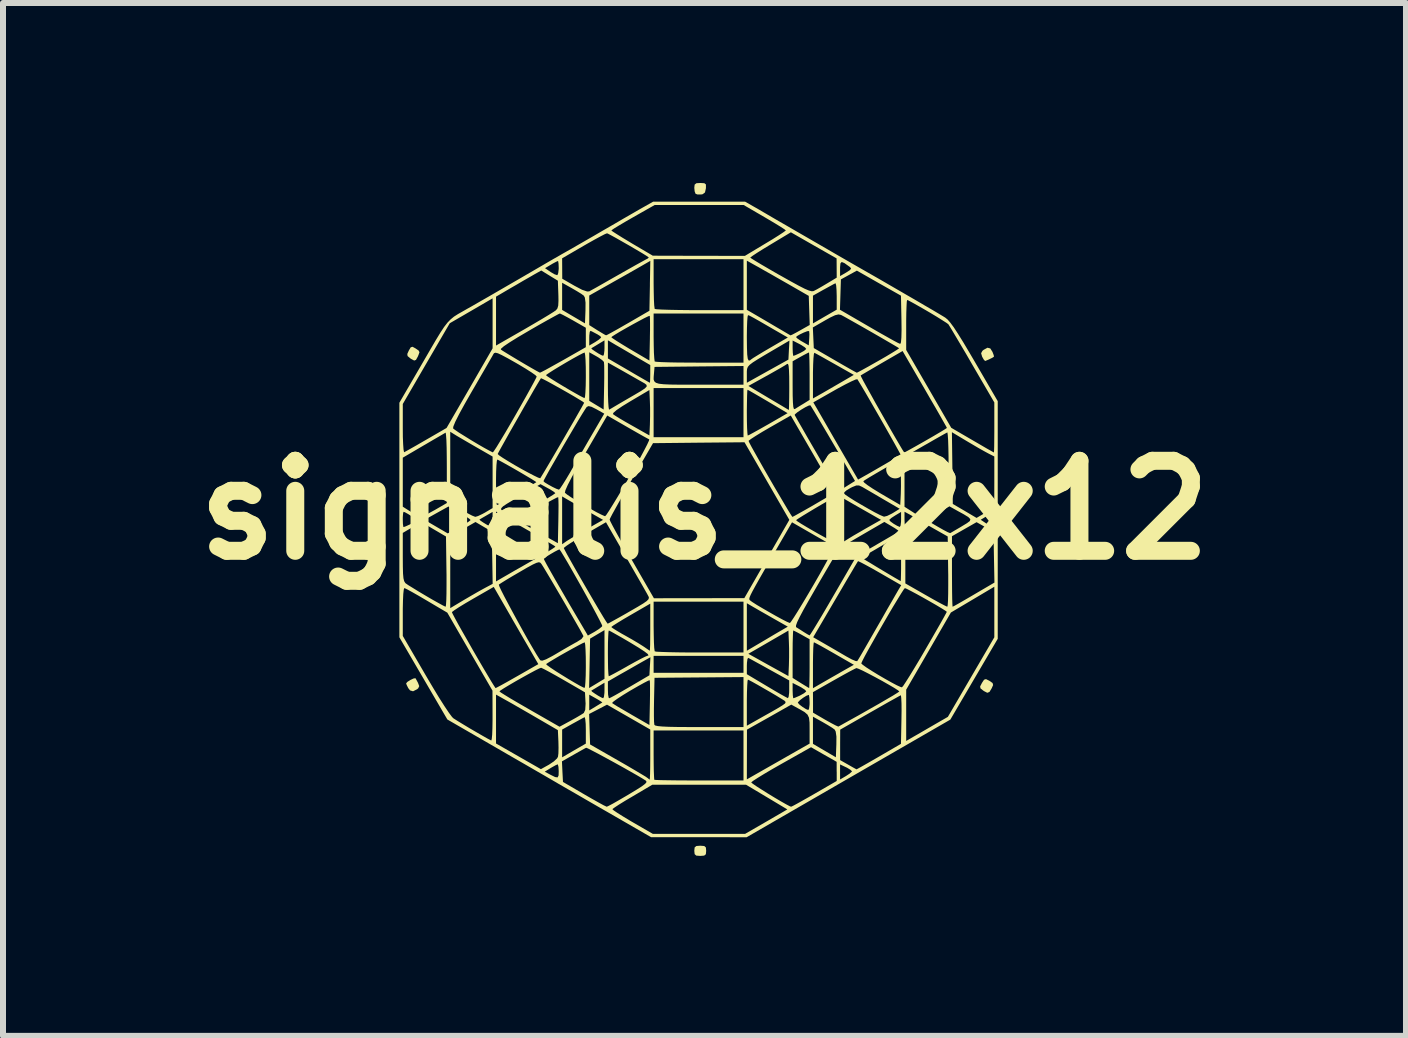
<source format=kicad_pcb>
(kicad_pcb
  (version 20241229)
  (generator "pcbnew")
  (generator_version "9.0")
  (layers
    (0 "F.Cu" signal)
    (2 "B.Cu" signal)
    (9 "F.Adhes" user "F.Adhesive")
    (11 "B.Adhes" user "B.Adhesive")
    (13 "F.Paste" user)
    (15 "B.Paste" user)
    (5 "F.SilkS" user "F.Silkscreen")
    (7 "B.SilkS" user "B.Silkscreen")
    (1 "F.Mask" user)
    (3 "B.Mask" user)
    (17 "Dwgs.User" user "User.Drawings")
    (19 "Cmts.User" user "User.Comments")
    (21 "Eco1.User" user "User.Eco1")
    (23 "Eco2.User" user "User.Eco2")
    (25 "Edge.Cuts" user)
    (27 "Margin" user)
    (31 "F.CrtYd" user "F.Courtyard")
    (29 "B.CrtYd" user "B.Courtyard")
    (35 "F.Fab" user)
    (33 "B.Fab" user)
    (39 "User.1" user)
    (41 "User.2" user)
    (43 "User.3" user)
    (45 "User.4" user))
  (footprint "signalis_12x12"
    (layer "F.Cu")
    (at 8.693 5.453)
    (property "Reference" "signalis_12x12" (at 0 0 0) (layer "F.SilkS") (effects (font (size 1.5 1.5) (thickness 0.3))))
    (attr board_only exclude_from_pos_files exclude_from_bom)
    (fp_poly (pts (xy -0.004 5.599) (xy 0.023 5.623) (xy 0.028 5.679) (xy 0.023 5.736) (xy -0.005 5.759) (xy -0.071 5.764) (xy -0.137 5.759) (xy -0.164 5.735) (xy -0.17 5.679) (xy -0.164 5.622) (xy -0.136 5.599) (xy -0.071 5.594)) (stroke (width 0) (type solid)) (fill yes) (layer "F.SilkS"))
    (fp_poly (pts (xy -0.002 -5.449) (xy 0.024 -5.428) (xy 0.024 -5.372) (xy 0.023 -5.361) (xy 0.008 -5.295) (xy -0.03 -5.266) (xy -0.058 -5.261) (xy -0.119 -5.262) (xy -0.149 -5.273) (xy -0.164 -5.313) (xy -0.17 -5.373) (xy -0.164 -5.426) (xy -0.135 -5.449) (xy -0.069 -5.453)) (stroke (width 0) (type solid)) (fill yes) (layer "F.SilkS"))
    (fp_poly (pts (xy 4.764 -2.695) (xy 4.8 -2.638) (xy 4.821 -2.583) (xy 4.825 -2.557) (xy 4.789 -2.535) (xy 4.733 -2.508) (xy 4.687 -2.489) (xy 4.677 -2.486) (xy 4.655 -2.509) (xy 4.628 -2.557) (xy 4.611 -2.615) (xy 4.632 -2.654) (xy 4.65 -2.67) (xy 4.717 -2.707)) (stroke (width 0) (type solid)) (fill yes) (layer "F.SilkS"))
    (fp_poly (pts (xy -4.819 -2.697) (xy -4.816 -2.695) (xy -4.765 -2.66) (xy -4.751 -2.632) (xy -4.767 -2.586) (xy -4.779 -2.558) (xy -4.809 -2.504) (xy -4.839 -2.493) (xy -4.891 -2.521) (xy -4.908 -2.533) (xy -4.949 -2.568) (xy -4.954 -2.603) (xy -4.929 -2.659) (xy -4.897 -2.713) (xy -4.867 -2.723)) (stroke (width 0) (type solid)) (fill yes) (layer "F.SilkS"))
    (fp_poly (pts (xy -4.817 2.803) (xy -4.801 2.831) (xy -4.775 2.88) (xy -4.755 2.934) (xy -4.772 2.97) (xy -4.791 2.986) (xy -4.858 3.02) (xy -4.908 3.005) (xy -4.938 2.967) (xy -4.965 2.913) (xy -4.973 2.887) (xy -4.951 2.862) (xy -4.903 2.832) (xy -4.851 2.807) (xy -4.819 2.802)) (stroke (width 0) (type solid)) (fill yes) (layer "F.SilkS"))
    (fp_poly (pts (xy 4.745 2.843) (xy 4.75 2.846) (xy 4.802 2.882) (xy 4.811 2.916) (xy 4.786 2.972) (xy 4.75 3.031) (xy 4.714 3.045) (xy 4.659 3.017) (xy 4.641 3.004) (xy 4.6 2.971) (xy 4.595 2.938) (xy 4.624 2.882) (xy 4.625 2.88) (xy 4.66 2.827) (xy 4.692 2.817)) (stroke (width 0) (type solid)) (fill yes) (layer "F.SilkS"))
    (fp_poly (pts (xy 0.825 -5.057) (xy 0.913 -5.007) (xy 0.984 -4.965) (xy 1.017 -4.946) (xy 1.051 -4.926) (xy 1.126 -4.882) (xy 1.236 -4.818) (xy 1.372 -4.74) (xy 1.527 -4.65) (xy 1.695 -4.553) (xy 1.866 -4.454) (xy 2.036 -4.356) (xy 2.194 -4.264) (xy 2.335 -4.183) (xy 2.451 -4.116) (xy 2.535 -4.068) (xy 2.54 -4.065) (xy 2.725 -3.959) (xy 2.921 -3.847) (xy 3.119 -3.732) (xy 3.314 -3.619) (xy 3.499 -3.512) (xy 3.666 -3.414) (xy 3.809 -3.331) (xy 3.92 -3.265) (xy 3.993 -3.221) (xy 4.014 -3.208) (xy 4.053 -3.176) (xy 4.098 -3.124) (xy 4.155 -3.047) (xy 4.225 -2.94) (xy 4.314 -2.797) (xy 4.424 -2.612) (xy 4.502 -2.479) (xy 4.888 -1.816) (xy 4.888 0.164) (xy 4.888 2.145) (xy 4.493 2.818) (xy 4.098 3.492) (xy 2.4 4.472) (xy 0.702 5.453) (xy -0.094 5.452) (xy -0.89 5.452) (xy -1.625 5.028) (xy -1.7 4.985) (xy -1.535 4.985) (xy -1.514 5.005) (xy -1.452 5.047) (xy -1.358 5.106) (xy -1.242 5.176) (xy -1.201 5.2) (xy -0.862 5.396) (xy -0.092 5.396) (xy 0.678 5.396) (xy 1.03 5.193) (xy 1.381 4.989) (xy 1.037 4.783) (xy 0.692 4.577) (xy -0.088 4.577) (xy -0.869 4.577) (xy -1.199 4.772) (xy -1.321 4.844) (xy -1.423 4.907) (xy -1.496 4.955) (xy -1.533 4.982) (xy -1.535 4.985) (xy -1.7 4.985) (xy -1.813 4.92) (xy -1.988 4.819) (xy -2.143 4.729) (xy -2.272 4.655) (xy -2.367 4.6) (xy -2.422 4.568) (xy -2.43 4.564) (xy -2.47 4.54) (xy -2.553 4.492) (xy -2.673 4.422) (xy -2.781 4.36) (xy -2.663 4.36) (xy -2.568 4.411) (xy -2.489 4.45) (xy -2.448 4.455) (xy -2.432 4.422) (xy -2.43 4.351) (xy -2.434 4.28) (xy -2.444 4.241) (xy -2.448 4.238) (xy -2.481 4.252) (xy -2.542 4.286) (xy -2.564 4.299) (xy -2.663 4.36) (xy -2.781 4.36) (xy -2.824 4.335) (xy -3 4.233) (xy -3.195 4.121) (xy -3.393 4.006) (xy -4.286 3.49) (xy -4.686 2.805) (xy -5.086 2.12) (xy -5.086 1.698) (xy -5.029 1.698) (xy -5.029 2.097) (xy -4.643 2.76) (xy -4.529 2.953) (xy -4.425 3.125) (xy -4.334 3.268) (xy -4.261 3.377) (xy -4.208 3.448) (xy -4.186 3.47) (xy -4.115 3.515) (xy -4.02 3.573) (xy -3.912 3.638) (xy -3.8 3.703) (xy -3.698 3.762) (xy -3.615 3.809) (xy -3.564 3.836) (xy -3.553 3.84) (xy -3.546 3.814) (xy -3.539 3.742) (xy -3.535 3.632) (xy -3.533 3.496) (xy -3.533 3.482) (xy -3.475 3.482) (xy -3.475 3.89) (xy -3.101 4.104) (xy -2.727 4.318) (xy -2.592 4.243) (xy -2.513 4.19) (xy -2.51 4.188) (xy -2.376 4.188) (xy -2.368 4.359) (xy -2.359 4.531) (xy -2.006 4.737) (xy -1.879 4.81) (xy -1.769 4.872) (xy -1.685 4.918) (xy -1.637 4.941) (xy -1.629 4.944) (xy -1.598 4.93) (xy -1.528 4.893) (xy -1.428 4.836) (xy -1.308 4.766) (xy -1.269 4.743) (xy -1.135 4.662) (xy -1.044 4.604) (xy -0.99 4.563) (xy -0.97 4.539) (xy 0.779 4.539) (xy 0.803 4.56) (xy 0.864 4.602) (xy 0.953 4.659) (xy 1.058 4.725) (xy 1.168 4.792) (xy 1.273 4.854) (xy 1.361 4.904) (xy 1.422 4.936) (xy 1.444 4.944) (xy 1.473 4.931) (xy 1.542 4.894) (xy 1.642 4.838) (xy 1.764 4.769) (xy 1.832 4.73) (xy 2.204 4.515) (xy 2.204 4.365) (xy 2.26 4.365) (xy 2.26 4.49) (xy 2.359 4.432) (xy 2.421 4.391) (xy 2.456 4.359) (xy 2.458 4.353) (xy 2.435 4.33) (xy 2.378 4.295) (xy 2.359 4.286) (xy 2.26 4.239) (xy 2.26 4.365) (xy 2.204 4.365) (xy 2.203 4.355) (xy 2.203 4.196) (xy 2.154 4.167) (xy 2.261 4.167) (xy 2.395 4.243) (xy 2.47 4.286) (xy 2.521 4.314) (xy 2.534 4.321) (xy 2.559 4.308) (xy 2.624 4.272) (xy 2.721 4.217) (xy 2.841 4.148) (xy 2.907 4.11) (xy 3.275 3.896) (xy 3.283 3.488) (xy 3.285 3.344) (xy 3.284 3.223) (xy 3.28 3.136) (xy 3.275 3.091) (xy 3.271 3.087) (xy 3.242 3.102) (xy 3.171 3.142) (xy 3.066 3.2) (xy 2.936 3.274) (xy 2.787 3.359) (xy 2.757 3.376) (xy 2.262 3.659) (xy 2.261 3.913) (xy 2.261 4.167) (xy 2.154 4.167) (xy 1.989 4.074) (xy 1.776 3.952) (xy 1.276 4.234) (xy 1.125 4.32) (xy 0.993 4.398) (xy 0.887 4.463) (xy 0.813 4.511) (xy 0.78 4.537) (xy 0.779 4.539) (xy -0.97 4.539) (xy -0.968 4.536) (xy -0.97 4.517) (xy -0.981 4.507) (xy -1.04 4.47) (xy -1.132 4.416) (xy -1.248 4.35) (xy -1.379 4.276) (xy -1.516 4.2) (xy -1.65 4.127) (xy -1.772 4.061) (xy -1.872 4.009) (xy -1.942 3.973) (xy -1.973 3.961) (xy -1.973 3.961) (xy -2.005 3.978) (xy -2.073 4.016) (xy -2.163 4.067) (xy -2.184 4.079) (xy -2.376 4.188) (xy -2.51 4.188) (xy -2.457 4.138) (xy -2.442 4.11) (xy -2.435 4.054) (xy -2.433 3.961) (xy -2.435 3.86) (xy -2.444 3.667) (xy -2.46 3.658) (xy -2.373 3.658) (xy -2.373 3.889) (xy -2.373 4.121) (xy -2.176 4.006) (xy -1.978 3.892) (xy -1.978 3.667) (xy -1.98 3.564) (xy -1.987 3.488) (xy -1.996 3.453) (xy -1.999 3.452) (xy -2.033 3.469) (xy -2.102 3.507) (xy -2.191 3.556) (xy -2.197 3.559) (xy -2.373 3.658) (xy -2.46 3.658) (xy -2.783 3.47) (xy -2.926 3.387) (xy -3.069 3.305) (xy -3.197 3.231) (xy -3.293 3.177) (xy -3.299 3.174) (xy -3.475 3.075) (xy -3.475 3.482) (xy -3.533 3.482) (xy -3.533 3.426) (xy -3.534 3.021) (xy -3.418 3.021) (xy -3.395 3.04) (xy -3.33 3.081) (xy -3.23 3.142) (xy -3.102 3.217) (xy -2.955 3.302) (xy -2.917 3.324) (xy -2.416 3.611) (xy -2.232 3.511) (xy -2.137 3.458) (xy -2.059 3.412) (xy -2.037 3.398) (xy -1.923 3.398) (xy -1.915 3.652) (xy -1.907 3.906) (xy -1.441 4.173) (xy -1.293 4.258) (xy -1.162 4.335) (xy -1.056 4.398) (xy -0.981 4.443) (xy -0.948 4.466) (xy -0.948 4.466) (xy -0.918 4.49) (xy -0.913 4.492) (xy -0.91 4.466) (xy -0.907 4.392) (xy -0.905 4.282) (xy -0.904 4.145) (xy -0.904 4.078) (xy -0.848 4.078) (xy -0.847 4.223) (xy -0.845 4.347) (xy -0.841 4.439) (xy -0.838 4.489) (xy -0.836 4.495) (xy -0.806 4.498) (xy -0.726 4.501) (xy -0.606 4.503) (xy -0.451 4.505) (xy -0.271 4.506) (xy -0.087 4.506) (xy 0.65 4.506) (xy 0.65 4.488) (xy 0.706 4.488) (xy 1.229 4.19) (xy 1.752 3.892) (xy 1.752 3.67) (xy 1.808 3.67) (xy 1.808 3.896) (xy 1.999 4.008) (xy 2.19 4.12) (xy 2.198 3.906) (xy 2.199 3.774) (xy 2.187 3.691) (xy 2.17 3.658) (xy 2.127 3.627) (xy 2.052 3.581) (xy 1.971 3.534) (xy 1.808 3.443) (xy 1.808 3.67) (xy 1.752 3.67) (xy 1.752 3.659) (xy 1.751 3.539) (xy 1.742 3.461) (xy 1.717 3.409) (xy 1.668 3.366) (xy 1.587 3.319) (xy 1.564 3.307) (xy 1.447 3.242) (xy 1.078 3.451) (xy 0.708 3.659) (xy 0.707 4.073) (xy 0.706 4.488) (xy 0.65 4.488) (xy 0.65 4.09) (xy 0.65 3.673) (xy -0.099 3.673) (xy -0.848 3.673) (xy -0.848 4.078) (xy -0.904 4.078) (xy -0.904 4.074) (xy -0.904 3.657) (xy -1.264 3.45) (xy -1.625 3.243) (xy -1.774 3.321) (xy -1.923 3.398) (xy -2.037 3.398) (xy -2.014 3.383) (xy -2.012 3.382) (xy -1.988 3.33) (xy -1.982 3.226) (xy -1.983 3.207) (xy -1.921 3.207) (xy -1.921 3.339) (xy -1.815 3.275) (xy -1.75 3.235) (xy -1.715 3.214) (xy -1.54 3.214) (xy -1.54 3.216) (xy -1.51 3.236) (xy -1.441 3.279) (xy -1.343 3.336) (xy -1.226 3.404) (xy -1.22 3.408) (xy -0.918 3.582) (xy -0.912 3.311) (xy -0.843 3.311) (xy -0.843 3.434) (xy -0.841 3.526) (xy -0.836 3.576) (xy -0.835 3.58) (xy -0.819 3.591) (xy -0.777 3.6) (xy -0.704 3.607) (xy -0.595 3.612) (xy -0.443 3.615) (xy -0.244 3.616) (xy -0.086 3.616) (xy 0.65 3.616) (xy 0.65 3.209) (xy 0.706 3.209) (xy 0.706 3.594) (xy 0.869 3.502) (xy 0.984 3.437) (xy 1.116 3.363) (xy 1.207 3.311) (xy 1.296 3.257) (xy 1.343 3.223) (xy 1.348 3.211) (xy 1.556 3.211) (xy 1.582 3.241) (xy 1.636 3.282) (xy 1.694 3.318) (xy 1.731 3.332) (xy 1.743 3.308) (xy 1.751 3.245) (xy 1.752 3.207) (xy 1.749 3.131) (xy 1.742 3.085) (xy 1.738 3.08) (xy 1.699 3.094) (xy 1.643 3.129) (xy 1.589 3.17) (xy 1.558 3.203) (xy 1.556 3.211) (xy 1.348 3.211) (xy 1.353 3.199) (xy 1.335 3.178) (xy 1.334 3.177) (xy 1.279 3.143) (xy 1.196 3.092) (xy 1.094 3.032) (xy 0.986 2.97) (xy 0.884 2.911) (xy 0.798 2.863) (xy 0.741 2.833) (xy 0.723 2.825) (xy 0.717 2.852) (xy 0.712 2.925) (xy 0.708 3.033) (xy 0.706 3.168) (xy 0.706 3.209) (xy 0.65 3.209) (xy 0.65 3.2) (xy 0.65 2.783) (xy -0.092 2.789) (xy -0.833 2.795) (xy -0.841 3.169) (xy -0.843 3.311) (xy -0.912 3.311) (xy -0.91 3.214) (xy -0.908 3.076) (xy -0.908 2.96) (xy -0.909 2.876) (xy -0.913 2.837) (xy -0.913 2.835) (xy -0.94 2.844) (xy -1.006 2.878) (xy -1.102 2.931) (xy -1.218 2.998) (xy -1.241 3.011) (xy -1.357 3.082) (xy -1.451 3.143) (xy -1.515 3.189) (xy -1.54 3.214) (xy -1.715 3.214) (xy -1.708 3.21) (xy -1.703 3.207) (xy -1.721 3.192) (xy -1.774 3.159) (xy -1.809 3.139) (xy -1.921 3.076) (xy -1.921 3.207) (xy -1.983 3.207) (xy -1.984 3.195) (xy -1.992 3.038) (xy -2.039 3.01) (xy -1.887 3.01) (xy -1.873 3.027) (xy -1.827 3.059) (xy -1.769 3.096) (xy -1.716 3.125) (xy -1.688 3.136) (xy -1.676 3.111) (xy -1.668 3.047) (xy -1.667 3.007) (xy -1.667 2.877) (xy -1.773 2.941) (xy -1.839 2.981) (xy -1.881 3.006) (xy -1.887 3.01) (xy -2.039 3.01) (xy -2.115 2.966) (xy -1.923 2.966) (xy -1.795 2.889) (xy -1.741 2.856) (xy -1.61 2.856) (xy -1.61 2.996) (xy -1.607 3.076) (xy -1.597 3.127) (xy -1.589 3.136) (xy -1.558 3.122) (xy -1.489 3.085) (xy -1.39 3.029) (xy -1.271 2.96) (xy -1.243 2.944) (xy -0.918 2.753) (xy -0.91 2.602) (xy -0.908 2.571) (xy -0.848 2.571) (xy -0.848 2.712) (xy -0.099 2.712) (xy 0.65 2.712) (xy 0.65 2.594) (xy 0.706 2.594) (xy 0.706 2.735) (xy 1.038 2.933) (xy 1.161 3.006) (xy 1.266 3.067) (xy 1.345 3.111) (xy 1.387 3.133) (xy 1.391 3.134) (xy 1.403 3.11) (xy 1.411 3.045) (xy 1.412 3.008) (xy 1.469 3.008) (xy 1.472 3.084) (xy 1.478 3.13) (xy 1.482 3.136) (xy 1.514 3.125) (xy 1.576 3.098) (xy 1.595 3.089) (xy 1.659 3.053) (xy 1.682 3.034) (xy 1.808 3.034) (xy 1.809 3.205) (xy 1.809 3.376) (xy 2.013 3.495) (xy 2.108 3.548) (xy 2.184 3.588) (xy 2.227 3.607) (xy 2.232 3.608) (xy 2.26 3.593) (xy 2.329 3.554) (xy 2.433 3.496) (xy 2.563 3.424) (xy 2.711 3.34) (xy 2.746 3.32) (xy 2.898 3.234) (xy 3.03 3.157) (xy 3.138 3.094) (xy 3.212 3.048) (xy 3.246 3.025) (xy 3.247 3.023) (xy 3.224 3.002) (xy 3.209 2.993) (xy 3.362 2.993) (xy 3.362 3.42) (xy 3.362 3.848) (xy 3.482 3.778) (xy 3.563 3.732) (xy 3.673 3.668) (xy 3.792 3.599) (xy 3.83 3.577) (xy 4.057 3.446) (xy 4.444 2.783) (xy 4.831 2.12) (xy 4.831 1.699) (xy 4.831 1.277) (xy 4.469 1.492) (xy 4.107 1.707) (xy 3.735 2.35) (xy 3.362 2.993) (xy 3.209 2.993) (xy 3.161 2.962) (xy 3.07 2.909) (xy 2.961 2.847) (xy 2.845 2.784) (xy 2.733 2.725) (xy 2.637 2.676) (xy 2.566 2.644) (xy 2.532 2.633) (xy 2.532 2.633) (xy 2.496 2.65) (xy 2.421 2.689) (xy 2.317 2.746) (xy 2.194 2.815) (xy 2.153 2.838) (xy 1.808 3.034) (xy 1.682 3.034) (xy 1.693 3.024) (xy 1.695 3.018) (xy 1.672 2.993) (xy 1.615 2.956) (xy 1.582 2.938) (xy 1.469 2.881) (xy 1.469 3.008) (xy 1.412 3.008) (xy 1.412 2.988) (xy 1.412 2.839) (xy 1.081 2.656) (xy 0.957 2.587) (xy 0.851 2.529) (xy 0.773 2.486) (xy 0.731 2.464) (xy 0.728 2.463) (xy 0.716 2.482) (xy 0.708 2.543) (xy 0.706 2.594) (xy 0.65 2.594) (xy 0.65 2.571) (xy 0.65 2.43) (xy -0.099 2.43) (xy -0.848 2.43) (xy -0.848 2.571) (xy -0.908 2.571) (xy -0.901 2.452) (xy -1.065 2.544) (xy -1.177 2.608) (xy -1.308 2.683) (xy -1.42 2.746) (xy -1.61 2.856) (xy -1.741 2.856) (xy -1.667 2.812) (xy -1.667 2.406) (xy -1.667 2.387) (xy -1.61 2.387) (xy -1.609 2.527) (xy -1.607 2.643) (xy -1.602 2.727) (xy -1.597 2.767) (xy -1.595 2.769) (xy -1.566 2.756) (xy -1.498 2.72) (xy -1.401 2.667) (xy -1.285 2.602) (xy -1.281 2.599) (xy -1.164 2.534) (xy -1.063 2.48) (xy -0.991 2.444) (xy -0.957 2.43) (xy -0.957 2.43) (xy -0.933 2.422) (xy -0.946 2.398) (xy -0.95 2.395) (xy 0.731 2.395) (xy 1.065 2.581) (xy 1.399 2.766) (xy 1.407 2.585) (xy 1.41 2.455) (xy 1.41 2.402) (xy 1.469 2.402) (xy 1.469 2.797) (xy 1.603 2.881) (xy 1.678 2.927) (xy 1.729 2.958) (xy 1.745 2.966) (xy 1.747 2.94) (xy 1.749 2.867) (xy 1.751 2.757) (xy 1.752 2.621) (xy 1.752 2.586) (xy 1.808 2.586) (xy 1.808 2.969) (xy 1.928 2.899) (xy 2.01 2.852) (xy 2.121 2.788) (xy 2.239 2.721) (xy 2.269 2.703) (xy 2.49 2.578) (xy 2.449 2.555) (xy 2.613 2.555) (xy 2.637 2.578) (xy 2.698 2.622) (xy 2.788 2.68) (xy 2.894 2.745) (xy 3.007 2.811) (xy 3.114 2.871) (xy 3.204 2.919) (xy 3.268 2.948) (xy 3.291 2.954) (xy 3.313 2.929) (xy 3.358 2.861) (xy 3.423 2.758) (xy 3.504 2.625) (xy 3.597 2.47) (xy 3.679 2.329) (xy 3.777 2.16) (xy 3.865 2.007) (xy 3.939 1.878) (xy 3.995 1.778) (xy 4.029 1.715) (xy 4.039 1.695) (xy 4.016 1.677) (xy 3.954 1.638) (xy 3.864 1.584) (xy 3.756 1.522) (xy 3.643 1.458) (xy 3.533 1.397) (xy 3.439 1.347) (xy 3.371 1.312) (xy 3.34 1.3) (xy 3.321 1.323) (xy 3.279 1.388) (xy 3.219 1.486) (xy 3.144 1.609) (xy 3.061 1.75) (xy 2.974 1.9) (xy 2.886 2.052) (xy 2.804 2.197) (xy 2.73 2.328) (xy 2.671 2.436) (xy 2.631 2.514) (xy 2.614 2.553) (xy 2.613 2.555) (xy 2.449 2.555) (xy 2.164 2.391) (xy 2.043 2.322) (xy 1.94 2.264) (xy 1.864 2.223) (xy 1.826 2.204) (xy 1.823 2.204) (xy 1.818 2.23) (xy 1.813 2.303) (xy 1.81 2.412) (xy 1.808 2.546) (xy 1.808 2.586) (xy 1.752 2.586) (xy 1.752 2.559) (xy 1.752 2.152) (xy 1.692 2.119) (xy 1.812 2.119) (xy 2.015 2.236) (xy 2.136 2.306) (xy 2.263 2.38) (xy 2.369 2.442) (xy 2.373 2.444) (xy 2.456 2.489) (xy 2.518 2.515) (xy 2.545 2.518) (xy 2.564 2.489) (xy 2.606 2.419) (xy 2.667 2.314) (xy 2.743 2.182) (xy 2.83 2.03) (xy 2.868 1.964) (xy 2.962 1.801) (xy 3.048 1.649) (xy 3.124 1.518) (xy 3.183 1.415) (xy 3.22 1.351) (xy 3.227 1.339) (xy 3.279 1.251) (xy 2.923 1.046) (xy 2.797 0.974) (xy 2.689 0.915) (xy 2.609 0.873) (xy 2.564 0.852) (xy 2.559 0.851) (xy 2.542 0.878) (xy 2.501 0.946) (xy 2.44 1.05) (xy 2.361 1.183) (xy 2.27 1.339) (xy 2.181 1.49) (xy 1.812 2.119) (xy 1.692 2.119) (xy 1.621 2.079) (xy 1.546 2.038) (xy 1.494 2.012) (xy 1.48 2.006) (xy 1.476 2.033) (xy 1.473 2.106) (xy 1.47 2.215) (xy 1.469 2.35) (xy 1.469 2.402) (xy 1.41 2.402) (xy 1.41 2.306) (xy 1.407 2.206) (xy 1.399 2.008) (xy 1.065 2.202) (xy 0.731 2.395) (xy -0.95 2.395) (xy -1.001 2.356) (xy -1.099 2.292) (xy -1.244 2.204) (xy -1.256 2.197) (xy -1.377 2.126) (xy -1.48 2.068) (xy -1.555 2.026) (xy -1.593 2.007) (xy -1.595 2.006) (xy -1.601 2.033) (xy -1.605 2.105) (xy -1.609 2.214) (xy -1.61 2.348) (xy -1.61 2.387) (xy -1.667 2.387) (xy -1.667 2) (xy -1.787 2.071) (xy -1.907 2.142) (xy -1.915 2.554) (xy -1.923 2.966) (xy -2.115 2.966) (xy -2.345 2.833) (xy -2.473 2.76) (xy -2.583 2.699) (xy -2.668 2.654) (xy -2.717 2.63) (xy -2.725 2.628) (xy -2.758 2.641) (xy -2.828 2.676) (xy -2.923 2.727) (xy -3.033 2.788) (xy -3.146 2.852) (xy -3.252 2.914) (xy -3.34 2.967) (xy -3.399 3.005) (xy -3.418 3.021) (xy -3.534 3.021) (xy -3.534 3.009) (xy -3.911 2.359) (xy -4.287 1.709) (xy -4.299 1.702) (xy -4.21 1.702) (xy -4.196 1.733) (xy -4.159 1.803) (xy -4.103 1.906) (xy -4.032 2.032) (xy -3.95 2.175) (xy -3.864 2.327) (xy -3.776 2.479) (xy -3.692 2.623) (xy -3.616 2.751) (xy -3.553 2.857) (xy -3.507 2.931) (xy -3.484 2.965) (xy -3.482 2.967) (xy -3.454 2.953) (xy -3.386 2.917) (xy -3.287 2.862) (xy -3.167 2.794) (xy -3.119 2.767) (xy -2.771 2.568) (xy -2.64 2.568) (xy -2.621 2.587) (xy -2.564 2.628) (xy -2.48 2.684) (xy -2.378 2.748) (xy -2.271 2.814) (xy -2.168 2.875) (xy -2.081 2.925) (xy -2.02 2.956) (xy -1.999 2.964) (xy -1.991 2.938) (xy -1.985 2.867) (xy -1.98 2.759) (xy -1.978 2.625) (xy -1.978 2.585) (xy -1.979 2.446) (xy -1.983 2.329) (xy -1.988 2.246) (xy -1.995 2.206) (xy -1.996 2.204) (xy -2.029 2.217) (xy -2.098 2.253) (xy -2.192 2.304) (xy -2.3 2.364) (xy -2.41 2.426) (xy -2.51 2.485) (xy -2.588 2.532) (xy -2.634 2.562) (xy -2.64 2.568) (xy -2.771 2.568) (xy -2.77 2.567) (xy -2.847 2.434) (xy -2.885 2.368) (xy -2.945 2.264) (xy -3.023 2.13) (xy -3.111 1.977) (xy -3.205 1.815) (xy -3.218 1.791) (xy -3.513 1.28) (xy -3.861 1.48) (xy -3.986 1.553) (xy -4.091 1.617) (xy -4.167 1.667) (xy -4.207 1.697) (xy -4.21 1.702) (xy -4.299 1.702) (xy -4.415 1.634) (xy -4.238 1.634) (xy -4.007 1.496) (xy -3.889 1.427) (xy -3.773 1.36) (xy -3.679 1.308) (xy -3.653 1.294) (xy -3.555 1.242) (xy -3.428 1.242) (xy -3.42 1.27) (xy -3.388 1.339) (xy -3.336 1.441) (xy -3.269 1.567) (xy -3.192 1.711) (xy -3.109 1.863) (xy -3.024 2.017) (xy -2.942 2.163) (xy -2.866 2.294) (xy -2.803 2.401) (xy -2.755 2.477) (xy -2.736 2.504) (xy -2.705 2.51) (xy -2.64 2.487) (xy -2.537 2.433) (xy -2.48 2.4) (xy -2.362 2.33) (xy -2.247 2.264) (xy -2.153 2.211) (xy -2.128 2.198) (xy -2.05 2.148) (xy -2.019 2.106) (xy -2.02 2.095) (xy -2.039 2.059) (xy -2.081 1.982) (xy -2.143 1.874) (xy -2.218 1.744) (xy -2.302 1.598) (xy -2.39 1.447) (xy -2.477 1.299) (xy -2.558 1.161) (xy -2.628 1.044) (xy -2.682 0.954) (xy -2.715 0.902) (xy -2.72 0.895) (xy -2.738 0.875) (xy -2.762 0.869) (xy -2.801 0.879) (xy -2.864 0.908) (xy -2.959 0.96) (xy -3.081 1.031) (xy -3.203 1.102) (xy -3.308 1.165) (xy -3.385 1.213) (xy -3.426 1.24) (xy -3.428 1.242) (xy -3.555 1.242) (xy -3.531 1.229) (xy -3.538 0.793) (xy -3.538 0.793) (xy -3.475 0.793) (xy -3.475 1.189) (xy -3.355 1.119) (xy -3.273 1.072) (xy -3.163 1.008) (xy -3.044 0.941) (xy -3.013 0.923) (xy -2.81 0.807) (xy -2.68 0.807) (xy -2.669 0.834) (xy -2.632 0.904) (xy -2.57 1.015) (xy -2.487 1.161) (xy -2.384 1.339) (xy -2.265 1.545) (xy -2.131 1.773) (xy -2.006 1.985) (xy -1.944 2.091) (xy -1.83 2.027) (xy -1.759 1.982) (xy -1.719 1.949) (xy -1.553 1.949) (xy -1.53 1.968) (xy -1.468 2.007) (xy -1.379 2.06) (xy -1.323 2.091) (xy -1.21 2.155) (xy -1.105 2.217) (xy -1.026 2.267) (xy -1.006 2.28) (xy -0.948 2.32) (xy -0.914 2.342) (xy -0.911 2.344) (xy -0.909 2.318) (xy -0.906 2.245) (xy -0.905 2.136) (xy -0.904 2.001) (xy -0.904 1.952) (xy -0.904 1.931) (xy -0.848 1.931) (xy -0.846 2.077) (xy -0.843 2.202) (xy -0.838 2.296) (xy -0.831 2.348) (xy -0.829 2.354) (xy -0.797 2.36) (xy -0.715 2.364) (xy -0.593 2.368) (xy -0.438 2.371) (xy -0.256 2.373) (xy -0.08 2.373) (xy 0.65 2.373) (xy 0.65 1.949) (xy 0.65 1.948) (xy 0.706 1.948) (xy 0.706 2.344) (xy 0.925 2.215) (xy 1.042 2.146) (xy 1.156 2.078) (xy 1.248 2.024) (xy 1.266 2.014) (xy 1.379 1.948) (xy 1.525 1.948) (xy 1.529 1.952) (xy 1.579 1.983) (xy 1.647 2.027) (xy 1.653 2.031) (xy 1.713 2.068) (xy 1.749 2.087) (xy 1.752 2.088) (xy 1.769 2.065) (xy 1.811 1.999) (xy 1.873 1.897) (xy 1.952 1.766) (xy 2.043 1.611) (xy 2.138 1.448) (xy 2.51 0.807) (xy 2.493 0.798) (xy 2.637 0.798) (xy 2.656 0.816) (xy 2.691 0.839) (xy 2.762 0.881) (xy 2.855 0.938) (xy 2.96 1.001) (xy 3.066 1.064) (xy 3.16 1.12) (xy 3.231 1.161) (xy 3.268 1.183) (xy 3.27 1.184) (xy 3.273 1.158) (xy 3.275 1.086) (xy 3.277 0.978) (xy 3.277 0.843) (xy 3.277 0.794) (xy 3.277 0.401) (xy 2.974 0.582) (xy 2.855 0.652) (xy 2.754 0.711) (xy 2.68 0.754) (xy 2.643 0.775) (xy 2.642 0.775) (xy 2.637 0.798) (xy 2.493 0.798) (xy 2.378 0.731) (xy 2.302 0.692) (xy 2.245 0.672) (xy 2.227 0.674) (xy 2.208 0.702) (xy 2.165 0.773) (xy 2.102 0.879) (xy 2.023 1.014) (xy 1.931 1.171) (xy 1.85 1.311) (xy 1.735 1.511) (xy 1.647 1.667) (xy 1.585 1.784) (xy 1.545 1.867) (xy 1.526 1.92) (xy 1.525 1.948) (xy 1.379 1.948) (xy 1.388 1.942) (xy 1.167 1.817) (xy 1.05 1.75) (xy 0.935 1.685) (xy 0.844 1.632) (xy 0.826 1.622) (xy 0.706 1.552) (xy 0.706 1.948) (xy 0.65 1.948) (xy 0.65 1.526) (xy -0.099 1.526) (xy -0.848 1.526) (xy -0.848 1.931) (xy -0.904 1.931) (xy -0.904 1.559) (xy -1.229 1.747) (xy -1.349 1.817) (xy -1.449 1.878) (xy -1.52 1.923) (xy -1.552 1.947) (xy -1.553 1.949) (xy -1.719 1.949) (xy -1.712 1.943) (xy -1.704 1.931) (xy -1.715 1.902) (xy -1.75 1.832) (xy -1.804 1.729) (xy -1.873 1.601) (xy -1.952 1.457) (xy -2.037 1.304) (xy -2.124 1.15) (xy -2.207 1.004) (xy -2.282 0.873) (xy -2.346 0.766) (xy -2.392 0.69) (xy -2.417 0.655) (xy -2.441 0.664) (xy -2.497 0.693) (xy -2.566 0.733) (xy -2.631 0.773) (xy -2.676 0.804) (xy -2.68 0.807) (xy -2.81 0.807) (xy -2.791 0.797) (xy -2.999 0.676) (xy -3.117 0.607) (xy -3.235 0.538) (xy -3.331 0.482) (xy -3.341 0.476) (xy -3.475 0.397) (xy -3.475 0.793) (xy -3.538 0.793) (xy -3.546 0.359) (xy -3.408 0.359) (xy -3.379 0.379) (xy -3.314 0.42) (xy -3.222 0.476) (xy -3.115 0.541) (xy -3.005 0.608) (xy -2.901 0.669) (xy -2.815 0.72) (xy -2.759 0.752) (xy -2.743 0.76) (xy -2.714 0.749) (xy -2.653 0.716) (xy -2.609 0.691) (xy -2.539 0.648) (xy -2.517 0.633) (xy -2.345 0.633) (xy -2.331 0.662) (xy -2.294 0.732) (xy -2.237 0.834) (xy -2.166 0.96) (xy -2.084 1.103) (xy -1.997 1.254) (xy -1.909 1.405) (xy -1.825 1.549) (xy -1.749 1.678) (xy -1.686 1.783) (xy -1.64 1.857) (xy -1.616 1.891) (xy -1.614 1.893) (xy -1.587 1.88) (xy -1.52 1.843) (xy -1.422 1.789) (xy -1.302 1.721) (xy -1.254 1.693) (xy -1.117 1.614) (xy -1.022 1.557) (xy -0.963 1.516) (xy -0.934 1.486) (xy -0.931 1.476) (xy 0.747 1.476) (xy 0.748 1.491) (xy 0.755 1.501) (xy 0.756 1.502) (xy 0.795 1.531) (xy 0.87 1.579) (xy 0.968 1.637) (xy 1.079 1.701) (xy 1.19 1.764) (xy 1.291 1.819) (xy 1.371 1.86) (xy 1.418 1.88) (xy 1.425 1.881) (xy 1.445 1.856) (xy 1.49 1.789) (xy 1.555 1.686) (xy 1.636 1.553) (xy 1.729 1.397) (xy 1.819 1.244) (xy 1.917 1.074) (xy 2.003 0.92) (xy 2.074 0.79) (xy 2.126 0.689) (xy 2.156 0.624) (xy 2.159 0.608) (xy 2.294 0.608) (xy 2.312 0.624) (xy 2.361 0.657) (xy 2.426 0.698) (xy 2.488 0.735) (xy 2.532 0.758) (xy 2.538 0.76) (xy 2.564 0.748) (xy 2.63 0.712) (xy 2.727 0.657) (xy 2.846 0.589) (xy 2.891 0.562) (xy 3.015 0.49) (xy 3.121 0.428) (xy 3.198 0.381) (xy 3.226 0.364) (xy 3.348 0.364) (xy 3.348 0.793) (xy 3.348 1.222) (xy 3.687 1.416) (xy 3.812 1.487) (xy 3.919 1.546) (xy 3.999 1.588) (xy 4.043 1.609) (xy 4.048 1.61) (xy 4.054 1.584) (xy 4.059 1.509) (xy 4.062 1.394) (xy 4.063 1.247) (xy 4.063 1.077) (xy 4.062 1.025) (xy 4.054 0.44) (xy 4.047 0.435) (xy 4.125 0.435) (xy 4.125 1.023) (xy 4.126 1.198) (xy 4.127 1.353) (xy 4.129 1.478) (xy 4.132 1.566) (xy 4.135 1.608) (xy 4.136 1.61) (xy 4.163 1.597) (xy 4.23 1.56) (xy 4.327 1.504) (xy 4.446 1.435) (xy 4.49 1.409) (xy 4.833 1.208) (xy 4.825 0.784) (xy 4.817 0.36) (xy 4.676 0.28) (xy 4.535 0.201) (xy 4.33 0.318) (xy 4.125 0.435) (xy 4.047 0.435) (xy 3.843 0.32) (xy 3.632 0.2) (xy 3.49 0.282) (xy 3.348 0.364) (xy 3.226 0.364) (xy 3.239 0.357) (xy 3.243 0.354) (xy 3.226 0.337) (xy 3.173 0.301) (xy 3.125 0.272) (xy 2.998 0.197) (xy 2.65 0.399) (xy 2.525 0.472) (xy 2.419 0.534) (xy 2.34 0.58) (xy 2.298 0.605) (xy 2.294 0.608) (xy 2.159 0.608) (xy 2.161 0.602) (xy 2.127 0.585) (xy 2.055 0.545) (xy 1.953 0.487) (xy 1.832 0.418) (xy 1.796 0.397) (xy 1.459 0.203) (xy 1.235 0.589) (xy 1.102 0.82) (xy 0.994 1.007) (xy 0.91 1.154) (xy 0.846 1.268) (xy 0.8 1.352) (xy 0.77 1.411) (xy 0.753 1.451) (xy 0.747 1.476) (xy -0.931 1.476) (xy -0.926 1.461) (xy -0.934 1.436) (xy -0.937 1.432) (xy -0.959 1.391) (xy -1.006 1.308) (xy -1.072 1.192) (xy -1.154 1.05) (xy -1.246 0.89) (xy -1.305 0.786) (xy -1.642 0.202) (xy -1.993 0.405) (xy -2.118 0.479) (xy -2.224 0.544) (xy -2.301 0.595) (xy -2.341 0.627) (xy -2.345 0.633) (xy -2.517 0.633) (xy -2.494 0.617) (xy -2.486 0.608) (xy -2.509 0.591) (xy -2.573 0.552) (xy -2.669 0.495) (xy -2.787 0.426) (xy -2.838 0.396) (xy -3.19 0.195) (xy -3.307 0.269) (xy -3.371 0.315) (xy -3.406 0.349) (xy -3.408 0.359) (xy -3.546 0.359) (xy -3.546 0.357) (xy -3.681 0.278) (xy -3.817 0.198) (xy -4.027 0.318) (xy -4.237 0.438) (xy -4.238 1.036) (xy -4.238 1.634) (xy -4.415 1.634) (xy -4.633 1.505) (xy -4.759 1.431) (xy -4.868 1.369) (xy -4.95 1.324) (xy -4.997 1.301) (xy -5.004 1.3) (xy -5.013 1.326) (xy -5.021 1.399) (xy -5.026 1.509) (xy -5.029 1.644) (xy -5.029 1.698) (xy -5.086 1.698) (xy -5.086 0.38) (xy -5.029 0.38) (xy -5.029 0.78) (xy -5.028 0.943) (xy -5.025 1.058) (xy -5.018 1.136) (xy -5.006 1.184) (xy -4.989 1.212) (xy -4.983 1.219) (xy -4.94 1.249) (xy -4.862 1.297) (xy -4.763 1.358) (xy -4.652 1.424) (xy -4.541 1.489) (xy -4.441 1.545) (xy -4.363 1.588) (xy -4.32 1.609) (xy -4.315 1.61) (xy -4.309 1.583) (xy -4.304 1.508) (xy -4.301 1.394) (xy -4.3 1.247) (xy -4.3 1.078) (xy -4.301 1.025) (xy -4.309 0.44) (xy -4.515 0.319) (xy -4.722 0.197) (xy -4.876 0.289) (xy -5.029 0.38) (xy -5.086 0.38) (xy -5.086 0.165) (xy -5.086 0.155) (xy -5.029 0.155) (xy -5.027 0.231) (xy -5.02 0.277) (xy -5.016 0.283) (xy -4.984 0.272) (xy -4.922 0.244) (xy -4.903 0.235) (xy -4.839 0.2) (xy -4.805 0.172) (xy -4.803 0.167) (xy -4.808 0.162) (xy -4.667 0.162) (xy -4.474 0.275) (xy -4.28 0.388) (xy -4.09 0.286) (xy -3.999 0.235) (xy -3.932 0.193) (xy -3.9 0.167) (xy -3.899 0.165) (xy -3.907 0.157) (xy -3.752 0.157) (xy -3.737 0.173) (xy -3.691 0.205) (xy -3.632 0.241) (xy -3.579 0.27) (xy -3.553 0.28) (xy -3.54 0.256) (xy -3.533 0.194) (xy -3.532 0.156) (xy -3.532 0.153) (xy -3.475 0.153) (xy -3.472 0.23) (xy -3.463 0.276) (xy -3.457 0.283) (xy -3.424 0.269) (xy -3.363 0.235) (xy -3.343 0.223) (xy -3.284 0.184) (xy -3.266 0.169) (xy -3.107 0.169) (xy -3.083 0.187) (xy -3.019 0.227) (xy -2.924 0.283) (xy -2.806 0.35) (xy -2.775 0.367) (xy -2.444 0.551) (xy -2.436 0.173) (xy -2.436 0.17) (xy -2.373 0.17) (xy -2.373 0.569) (xy -2.296 0.515) (xy -2.238 0.479) (xy -2.146 0.423) (xy -2.034 0.358) (xy -1.954 0.312) (xy -1.691 0.163) (xy -1.699 0.158) (xy -1.581 0.158) (xy -1.568 0.19) (xy -1.53 0.264) (xy -1.471 0.373) (xy -1.394 0.511) (xy -1.304 0.67) (xy -1.212 0.829) (xy -0.843 1.469) (xy -0.089 1.468) (xy 0.664 1.467) (xy 1.039 0.815) (xy 1.411 0.168) (xy 1.527 0.168) (xy 1.55 0.188) (xy 1.612 0.228) (xy 1.702 0.282) (xy 1.807 0.343) (xy 1.916 0.405) (xy 2.018 0.461) (xy 2.102 0.505) (xy 2.157 0.53) (xy 2.168 0.533) (xy 2.183 0.52) (xy 2.194 0.474) (xy 2.2 0.387) (xy 2.203 0.253) (xy 2.204 0.17) (xy 2.26 0.17) (xy 2.26 0.569) (xy 2.338 0.515) (xy 2.395 0.479) (xy 2.487 0.423) (xy 2.6 0.358) (xy 2.679 0.312) (xy 2.938 0.165) (xy 3.08 0.165) (xy 3.101 0.19) (xy 3.152 0.227) (xy 3.21 0.261) (xy 3.254 0.28) (xy 3.256 0.28) (xy 3.269 0.256) (xy 3.276 0.194) (xy 3.277 0.156) (xy 3.277 0.155) (xy 3.334 0.155) (xy 3.337 0.231) (xy 3.346 0.277) (xy 3.352 0.283) (xy 3.385 0.269) (xy 3.446 0.235) (xy 3.467 0.222) (xy 3.522 0.186) (xy 3.536 0.163) (xy 3.695 0.163) (xy 3.889 0.277) (xy 3.981 0.329) (xy 4.053 0.367) (xy 4.093 0.383) (xy 4.097 0.383) (xy 4.126 0.366) (xy 4.191 0.328) (xy 4.278 0.277) (xy 4.289 0.27) (xy 4.375 0.218) (xy 4.423 0.182) (xy 4.429 0.161) (xy 4.604 0.161) (xy 4.711 0.232) (xy 4.817 0.303) (xy 4.826 0.236) (xy 4.83 0.152) (xy 4.826 0.101) (xy 4.817 0.032) (xy 4.711 0.096) (xy 4.604 0.161) (xy 4.429 0.161) (xy 4.432 0.151) (xy 4.398 0.116) (xy 4.321 0.069) (xy 4.224 0.016) (xy 4.083 -0.063) (xy 3.889 0.05) (xy 3.695 0.163) (xy 3.536 0.163) (xy 3.539 0.158) (xy 3.515 0.129) (xy 3.446 0.088) (xy 3.412 0.069) (xy 3.334 0.027) (xy 3.334 0.155) (xy 3.277 0.155) (xy 3.277 0.03) (xy 3.179 0.089) (xy 3.117 0.129) (xy 3.082 0.16) (xy 3.08 0.165) (xy 2.938 0.165) (xy 2.943 0.163) (xy 2.722 0.037) (xy 2.604 -0.03) (xy 2.49 -0.095) (xy 2.398 -0.148) (xy 2.38 -0.158) (xy 2.26 -0.228) (xy 2.26 0.17) (xy 2.204 0.17) (xy 2.204 0.153) (xy 2.202 0.014) (xy 2.198 -0.101) (xy 2.192 -0.182) (xy 2.184 -0.22) (xy 2.182 -0.221) (xy 2.134 -0.197) (xy 2.055 -0.153) (xy 1.956 -0.096) (xy 1.847 -0.032) (xy 1.739 0.033) (xy 1.643 0.091) (xy 1.57 0.137) (xy 1.531 0.164) (xy 1.527 0.168) (xy 1.411 0.168) (xy 1.414 0.162) (xy 1.041 -0.484) (xy 0.667 -1.131) (xy -0.095 -1.124) (xy -0.858 -1.116) (xy -1.219 -0.494) (xy -1.318 -0.324) (xy -1.406 -0.169) (xy -1.48 -0.036) (xy -1.537 0.067) (xy -1.572 0.135) (xy -1.581 0.158) (xy -1.699 0.158) (xy -1.912 0.037) (xy -2.029 -0.03) (xy -2.144 -0.095) (xy -2.235 -0.148) (xy -2.253 -0.158) (xy -2.373 -0.228) (xy -2.373 0.17) (xy -2.436 0.17) (xy -2.434 0.033) (xy -2.433 -0.085) (xy -2.435 -0.171) (xy -2.438 -0.213) (xy -2.439 -0.216) (xy -2.465 -0.207) (xy -2.529 -0.174) (xy -2.62 -0.125) (xy -2.726 -0.066) (xy -2.837 -0.002) (xy -2.941 0.06) (xy -3.028 0.113) (xy -3.087 0.152) (xy -3.107 0.169) (xy -3.266 0.169) (xy -3.255 0.16) (xy -3.255 0.157) (xy -3.282 0.14) (xy -3.34 0.105) (xy -3.369 0.087) (xy -3.475 0.024) (xy -3.475 0.153) (xy -3.532 0.153) (xy -3.532 0.03) (xy -3.638 0.091) (xy -3.704 0.129) (xy -3.746 0.154) (xy -3.752 0.157) (xy -3.907 0.157) (xy -3.922 0.143) (xy -3.982 0.103) (xy -4.068 0.052) (xy -4.083 0.043) (xy -4.268 -0.06) (xy -4.468 0.051) (xy -4.667 0.162) (xy -4.808 0.162) (xy -4.825 0.144) (xy -4.876 0.106) (xy -4.939 0.066) (xy -4.993 0.036) (xy -5.017 0.028) (xy -5.024 0.054) (xy -5.029 0.117) (xy -5.029 0.155) (xy -5.086 0.155) (xy -5.086 -0.874) (xy -5.029 -0.874) (xy -5.029 -0.465) (xy -5.029 -0.057) (xy -4.895 0.028) (xy -4.815 0.074) (xy -4.752 0.105) (xy -4.728 0.112) (xy -4.689 0.099) (xy -4.616 0.064) (xy -4.523 0.013) (xy -4.495 -0.002) (xy -4.295 -0.118) (xy -4.295 -0.71) (xy -4.295 -0.711) (xy -4.238 -0.711) (xy -4.238 -0.116) (xy -4.047 -0.002) (xy -3.952 0.051) (xy -3.873 0.092) (xy -3.824 0.111) (xy -3.819 0.112) (xy -3.775 0.099) (xy -3.703 0.065) (xy -3.657 0.04) (xy -3.576 -0.008) (xy -3.389 -0.008) (xy -3.365 0.016) (xy -3.322 0.044) (xy -3.302 0.056) (xy -3.182 0.13) (xy -2.835 -0.069) (xy -2.71 -0.141) (xy -2.606 -0.204) (xy -2.529 -0.252) (xy -2.49 -0.279) (xy -2.487 -0.283) (xy -2.494 -0.29) (xy -2.327 -0.29) (xy -2.326 -0.289) (xy -2.293 -0.261) (xy -2.224 -0.214) (xy -2.129 -0.155) (xy -2.019 -0.089) (xy -1.906 -0.025) (xy -1.803 0.033) (xy -1.718 0.076) (xy -1.666 0.099) (xy -1.655 0.101) (xy -1.634 0.076) (xy -1.589 0.008) (xy -1.525 -0.095) (xy -1.444 -0.228) (xy -1.351 -0.384) (xy -1.262 -0.537) (xy -1.164 -0.707) (xy -1.078 -0.861) (xy -1.008 -0.991) (xy -0.956 -1.092) (xy -0.928 -1.153) (xy 0.735 -1.153) (xy 0.748 -1.123) (xy 0.785 -1.053) (xy 0.842 -0.951) (xy 0.913 -0.825) (xy 0.994 -0.682) (xy 1.081 -0.531) (xy 1.169 -0.379) (xy 1.254 -0.235) (xy 1.33 -0.106) (xy 1.393 0.000344) (xy 1.439 0.075) (xy 1.463 0.111) (xy 1.465 0.113) (xy 1.493 0.1) (xy 1.56 0.063) (xy 1.658 0.008) (xy 1.778 -0.06) (xy 1.826 -0.088) (xy 1.951 -0.161) (xy 2.056 -0.222) (xy 2.132 -0.269) (xy 2.151 -0.28) (xy 2.322 -0.28) (xy 2.35 -0.255) (xy 2.415 -0.211) (xy 2.508 -0.152) (xy 2.617 -0.088) (xy 2.73 -0.023) (xy 2.836 0.036) (xy 2.924 0.081) (xy 2.982 0.106) (xy 2.995 0.109) (xy 3.044 0.097) (xy 3.116 0.062) (xy 3.146 0.045) (xy 3.254 -0.022) (xy 3.196 -0.056) (xy 3.334 -0.056) (xy 3.48 0.038) (xy 3.626 0.132) (xy 3.847 0.006) (xy 4.069 -0.119) (xy 4.069 -0.712) (xy 4.068 -0.887) (xy 4.065 -1.041) (xy 4.061 -1.165) (xy 4.055 -1.252) (xy 4.049 -1.293) (xy 4.047 -1.295) (xy 4.015 -1.278) (xy 3.945 -1.239) (xy 3.844 -1.182) (xy 3.723 -1.112) (xy 3.68 -1.088) (xy 3.334 -0.89) (xy 3.334 -0.473) (xy 3.334 -0.056) (xy 3.196 -0.056) (xy 2.976 -0.184) (xy 2.857 -0.254) (xy 2.749 -0.317) (xy 2.666 -0.365) (xy 2.626 -0.388) (xy 2.576 -0.411) (xy 2.53 -0.411) (xy 2.465 -0.385) (xy 2.433 -0.369) (xy 2.365 -0.328) (xy 2.326 -0.293) (xy 2.322 -0.28) (xy 2.151 -0.28) (xy 2.172 -0.294) (xy 2.176 -0.297) (xy 2.162 -0.323) (xy 2.124 -0.391) (xy 2.065 -0.495) (xy 1.988 -0.628) (xy 1.898 -0.783) (xy 1.807 -0.941) (xy 1.438 -1.577) (xy 1.086 -1.376) (xy 0.961 -1.303) (xy 0.855 -1.238) (xy 0.778 -1.188) (xy 0.738 -1.158) (xy 0.735 -1.153) (xy -0.928 -1.153) (xy -0.926 -1.157) (xy -0.921 -1.179) (xy -0.954 -1.196) (xy -1.025 -1.235) (xy -1.127 -1.293) (xy -1.248 -1.362) (xy -1.284 -1.383) (xy -1.621 -1.577) (xy -1.985 -0.951) (xy -2.112 -0.731) (xy -2.21 -0.553) (xy -2.279 -0.42) (xy -2.318 -0.332) (xy -2.327 -0.29) (xy -2.494 -0.29) (xy -2.509 -0.304) (xy -2.566 -0.341) (xy -2.61 -0.365) (xy -2.734 -0.433) (xy -3.041 -0.255) (xy -3.188 -0.169) (xy -3.292 -0.107) (xy -3.357 -0.064) (xy -3.388 -0.032) (xy -3.389 -0.008) (xy -3.576 -0.008) (xy -3.532 -0.034) (xy -3.532 -0.463) (xy -3.532 -0.469) (xy -3.475 -0.469) (xy -3.474 -0.329) (xy -3.471 -0.212) (xy -3.467 -0.128) (xy -3.461 -0.087) (xy -3.459 -0.085) (xy -3.43 -0.098) (xy -3.363 -0.136) (xy -3.265 -0.191) (xy -3.149 -0.259) (xy -3.127 -0.272) (xy -3.009 -0.342) (xy -2.909 -0.401) (xy -2.838 -0.444) (xy -2.804 -0.465) (xy -2.803 -0.466) (xy -2.823 -0.481) (xy -2.825 -0.482) (xy -2.684 -0.482) (xy -2.662 -0.461) (xy -2.606 -0.427) (xy -2.536 -0.388) (xy -2.47 -0.356) (xy -2.427 -0.341) (xy -2.425 -0.341) (xy -2.405 -0.363) (xy -2.363 -0.426) (xy -2.305 -0.519) (xy -2.236 -0.635) (xy -2.224 -0.657) (xy -2.13 -0.819) (xy -2.023 -1.003) (xy -1.919 -1.183) (xy -1.856 -1.291) (xy -1.675 -1.601) (xy -1.527 -1.601) (xy -1.493 -1.577) (xy -1.421 -1.532) (xy -1.321 -1.473) (xy -1.21 -1.41) (xy -0.918 -1.245) (xy -0.91 -1.426) (xy -0.907 -1.558) (xy -0.907 -1.625) (xy -0.848 -1.625) (xy -0.848 -1.215) (xy -0.099 -1.215) (xy 0.65 -1.215) (xy 0.65 -1.625) (xy 0.706 -1.625) (xy 0.707 -1.485) (xy 0.71 -1.369) (xy 0.715 -1.285) (xy 0.72 -1.245) (xy 0.721 -1.243) (xy 0.75 -1.256) (xy 0.818 -1.293) (xy 0.916 -1.347) (xy 1.034 -1.414) (xy 1.061 -1.429) (xy 1.333 -1.586) (xy 1.503 -1.586) (xy 1.519 -1.557) (xy 1.559 -1.486) (xy 1.621 -1.379) (xy 1.698 -1.244) (xy 1.789 -1.087) (xy 1.874 -0.941) (xy 2.237 -0.316) (xy 2.373 -0.401) (xy 2.503 -0.482) (xy 2.647 -0.482) (xy 2.661 -0.46) (xy 2.716 -0.417) (xy 2.804 -0.358) (xy 2.916 -0.289) (xy 2.943 -0.273) (xy 3.263 -0.086) (xy 3.272 -0.268) (xy 3.275 -0.399) (xy 3.274 -0.548) (xy 3.272 -0.647) (xy 3.263 -0.845) (xy 2.967 -0.675) (xy 2.85 -0.607) (xy 2.75 -0.548) (xy 2.679 -0.504) (xy 2.647 -0.482) (xy 2.647 -0.482) (xy 2.503 -0.482) (xy 2.509 -0.486) (xy 2.309 -0.829) (xy 2.194 -1.027) (xy 2.085 -1.213) (xy 1.986 -1.381) (xy 1.901 -1.524) (xy 1.834 -1.636) (xy 1.787 -1.713) (xy 1.765 -1.747) (xy 1.765 -1.748) (xy 1.736 -1.742) (xy 1.679 -1.714) (xy 1.61 -1.673) (xy 1.548 -1.631) (xy 1.508 -1.597) (xy 1.503 -1.586) (xy 1.333 -1.586) (xy 1.385 -1.616) (xy 1.057 -1.811) (xy 0.936 -1.882) (xy 0.833 -1.942) (xy 0.758 -1.985) (xy 0.72 -2.005) (xy 0.717 -2.006) (xy 0.713 -1.979) (xy 0.71 -1.907) (xy 0.708 -1.798) (xy 0.706 -1.664) (xy 0.706 -1.625) (xy 0.65 -1.625) (xy 0.65 -2.034) (xy -0.099 -2.034) (xy -0.848 -2.034) (xy -0.848 -1.625) (xy -0.907 -1.625) (xy -0.907 -1.706) (xy -0.91 -1.805) (xy -0.918 -2.002) (xy -1.236 -1.814) (xy -1.369 -1.733) (xy -1.465 -1.668) (xy -1.518 -1.622) (xy -1.527 -1.601) (xy -1.675 -1.601) (xy -1.671 -1.608) (xy -1.801 -1.681) (xy -1.883 -1.722) (xy -1.932 -1.734) (xy -1.963 -1.72) (xy -1.965 -1.717) (xy -1.988 -1.683) (xy -2.034 -1.61) (xy -2.098 -1.505) (xy -2.174 -1.376) (xy -2.258 -1.233) (xy -2.347 -1.082) (xy -2.433 -0.932) (xy -2.514 -0.791) (xy -2.585 -0.668) (xy -2.639 -0.57) (xy -2.674 -0.505) (xy -2.684 -0.482) (xy -2.825 -0.482) (xy -2.882 -0.518) (xy -2.968 -0.569) (xy -3.071 -0.63) (xy -3.18 -0.693) (xy -3.284 -0.752) (xy -3.372 -0.801) (xy -3.434 -0.834) (xy -3.453 -0.843) (xy -3.461 -0.82) (xy -3.468 -0.75) (xy -3.473 -0.644) (xy -3.475 -0.511) (xy -3.475 -0.469) (xy -3.532 -0.469) (xy -3.532 -0.893) (xy -3.605 -0.935) (xy -3.447 -0.935) (xy -3.424 -0.913) (xy -3.362 -0.871) (xy -3.272 -0.815) (xy -3.165 -0.751) (xy -3.051 -0.686) (xy -2.94 -0.626) (xy -2.844 -0.576) (xy -2.774 -0.542) (xy -2.739 -0.531) (xy -2.737 -0.532) (xy -2.719 -0.561) (xy -2.676 -0.632) (xy -2.613 -0.738) (xy -2.534 -0.872) (xy -2.443 -1.028) (xy -2.363 -1.165) (xy -2.266 -1.333) (xy -2.178 -1.484) (xy -2.105 -1.612) (xy -2.049 -1.71) (xy -2.015 -1.772) (xy -2.006 -1.79) (xy -2.029 -1.808) (xy -2.091 -1.846) (xy -2.181 -1.9) (xy -2.288 -1.962) (xy -2.403 -2.027) (xy -2.514 -2.089) (xy -2.612 -2.143) (xy -2.685 -2.181) (xy -2.723 -2.198) (xy -2.726 -2.198) (xy -2.745 -2.168) (xy -2.787 -2.098) (xy -2.848 -1.995) (xy -2.921 -1.867) (xy -3.004 -1.724) (xy -3.09 -1.572) (xy -3.177 -1.42) (xy -3.259 -1.276) (xy -3.331 -1.147) (xy -3.39 -1.042) (xy -3.43 -0.969) (xy -3.447 -0.936) (xy -3.447 -0.935) (xy -3.605 -0.935) (xy -3.821 -1.059) (xy -3.942 -1.129) (xy -4.05 -1.192) (xy -4.132 -1.24) (xy -4.174 -1.266) (xy -4.238 -1.306) (xy -4.238 -0.711) (xy -4.295 -0.711) (xy -4.296 -0.886) (xy -4.298 -1.039) (xy -4.302 -1.163) (xy -4.308 -1.249) (xy -4.314 -1.289) (xy -4.316 -1.291) (xy -4.347 -1.273) (xy -4.417 -1.232) (xy -4.517 -1.174) (xy -4.638 -1.103) (xy -4.683 -1.077) (xy -5.029 -0.874) (xy -5.086 -0.874) (xy -5.086 -1.769) (xy -5.029 -1.769) (xy -5.029 -1.363) (xy -5.028 -1.219) (xy -5.023 -1.099) (xy -5.017 -1.013) (xy -5.009 -0.969) (xy -5.006 -0.965) (xy -4.974 -0.982) (xy -4.903 -1.022) (xy -4.802 -1.079) (xy -4.681 -1.149) (xy -4.641 -1.172) (xy -4.312 -1.362) (xy -4.191 -1.362) (xy -4.16 -1.338) (xy -4.093 -1.292) (xy -3.998 -1.233) (xy -3.89 -1.166) (xy -3.778 -1.099) (xy -3.674 -1.039) (xy -3.59 -0.993) (xy -3.537 -0.966) (xy -3.527 -0.963) (xy -3.509 -0.986) (xy -3.466 -1.051) (xy -3.404 -1.153) (xy -3.325 -1.284) (xy -3.235 -1.438) (xy -3.153 -1.58) (xy -3.056 -1.75) (xy -2.969 -1.904) (xy -2.896 -2.036) (xy -2.84 -2.139) (xy -2.806 -2.205) (xy -2.797 -2.227) (xy -2.818 -2.249) (xy -2.642 -2.249) (xy -2.619 -2.23) (xy -2.558 -2.19) (xy -2.47 -2.135) (xy -2.366 -2.072) (xy -2.258 -2.008) (xy -2.155 -1.949) (xy -2.071 -1.902) (xy -2.014 -1.873) (xy -1.999 -1.867) (xy -1.991 -1.893) (xy -1.985 -1.965) (xy -1.98 -2.073) (xy -1.978 -2.207) (xy -1.978 -2.226) (xy -1.921 -2.226) (xy -1.921 -1.822) (xy -1.801 -1.749) (xy -1.681 -1.677) (xy -1.673 -2.059) (xy -1.673 -2.061) (xy -1.61 -2.061) (xy -1.609 -1.92) (xy -1.605 -1.802) (xy -1.599 -1.718) (xy -1.592 -1.677) (xy -1.589 -1.675) (xy -1.557 -1.693) (xy -1.488 -1.734) (xy -1.393 -1.79) (xy -1.314 -1.836) (xy -1.164 -1.923) (xy -1.059 -1.985) (xy -0.993 -2.029) (xy -0.963 -2.061) (xy -0.964 -2.07) (xy 0.732 -2.07) (xy 1.065 -1.871) (xy 1.187 -1.799) (xy 1.29 -1.738) (xy 1.365 -1.693) (xy 1.403 -1.671) (xy 1.406 -1.67) (xy 1.408 -1.695) (xy 1.41 -1.767) (xy 1.412 -1.876) (xy 1.413 -2.011) (xy 1.413 -2.066) (xy 1.412 -2.227) (xy 1.408 -2.338) (xy 1.402 -2.406) (xy 1.392 -2.436) (xy 1.378 -2.437) (xy 1.377 -2.436) (xy 1.34 -2.412) (xy 1.264 -2.367) (xy 1.16 -2.308) (xy 1.04 -2.24) (xy 1.037 -2.239) (xy 0.732 -2.07) (xy -0.964 -2.07) (xy -0.966 -2.087) (xy -0.997 -2.112) (xy -1.052 -2.143) (xy -1.105 -2.173) (xy -1.226 -2.242) (xy -1.356 -2.316) (xy -1.448 -2.368) (xy -1.61 -2.459) (xy -1.61 -2.061) (xy -1.673 -2.061) (xy -1.671 -2.202) (xy -1.671 -2.325) (xy -1.672 -2.417) (xy -1.676 -2.467) (xy -1.677 -2.471) (xy -1.706 -2.501) (xy -1.769 -2.545) (xy -1.805 -2.566) (xy -1.921 -2.631) (xy -1.921 -2.226) (xy -1.978 -2.226) (xy -1.978 -2.246) (xy -1.979 -2.386) (xy -1.983 -2.502) (xy -1.989 -2.585) (xy -1.997 -2.625) (xy -1.999 -2.627) (xy -2.032 -2.613) (xy -2.101 -2.577) (xy -2.195 -2.525) (xy -2.301 -2.464) (xy -2.409 -2.4) (xy -2.508 -2.34) (xy -2.586 -2.29) (xy -2.633 -2.258) (xy -2.642 -2.249) (xy -2.818 -2.249) (xy -2.82 -2.251) (xy -2.884 -2.296) (xy -2.98 -2.357) (xy -3.098 -2.428) (xy -3.143 -2.454) (xy -3.281 -2.532) (xy -3.379 -2.584) (xy -3.443 -2.614) (xy -3.483 -2.624) (xy -3.506 -2.617) (xy -3.516 -2.605) (xy -3.537 -2.567) (xy -3.582 -2.489) (xy -3.647 -2.376) (xy -3.728 -2.237) (xy -3.819 -2.079) (xy -3.878 -1.978) (xy -3.998 -1.768) (xy -4.09 -1.6) (xy -4.153 -1.475) (xy -4.186 -1.395) (xy -4.191 -1.362) (xy -4.312 -1.362) (xy -4.299 -1.37) (xy -3.915 -2.033) (xy -3.543 -2.677) (xy -3.395 -2.677) (xy -3.363 -2.655) (xy -3.295 -2.613) (xy -3.201 -2.556) (xy -3.093 -2.491) (xy -2.983 -2.426) (xy -2.881 -2.367) (xy -2.8 -2.321) (xy -2.751 -2.295) (xy -2.742 -2.291) (xy -2.714 -2.304) (xy -2.646 -2.339) (xy -2.547 -2.394) (xy -2.425 -2.462) (xy -2.353 -2.502) (xy -2.011 -2.697) (xy -1.887 -2.697) (xy -1.873 -2.68) (xy -1.827 -2.648) (xy -1.769 -2.611) (xy -1.716 -2.582) (xy -1.688 -2.572) (xy -1.676 -2.597) (xy -1.668 -2.66) (xy -1.668 -2.679) (xy -1.61 -2.679) (xy -1.61 -2.528) (xy -1.264 -2.327) (xy -1.14 -2.254) (xy -1.034 -2.193) (xy -0.956 -2.148) (xy -0.915 -2.125) (xy -0.911 -2.122) (xy -0.907 -2.146) (xy -0.906 -2.179) (xy -0.848 -2.179) (xy -0.837 -2.147) (xy -0.81 -2.123) (xy -0.76 -2.107) (xy -0.681 -2.098) (xy -0.567 -2.093) (xy -0.412 -2.091) (xy -0.21 -2.091) (xy -0.086 -2.091) (xy 0.65 -2.091) (xy 0.65 -2.247) (xy 0.65 -2.315) (xy 0.706 -2.315) (xy 0.706 -2.265) (xy 0.706 -2.262) (xy 0.706 -2.123) (xy 1.052 -2.316) (xy 1.349 -2.481) (xy 1.469 -2.481) (xy 1.469 -2.073) (xy 1.47 -1.908) (xy 1.474 -1.793) (xy 1.48 -1.722) (xy 1.49 -1.688) (xy 1.505 -1.684) (xy 1.549 -1.712) (xy 1.619 -1.755) (xy 1.646 -1.771) (xy 1.686 -1.796) (xy 1.814 -1.796) (xy 1.889 -1.667) (xy 1.926 -1.603) (xy 1.986 -1.499) (xy 2.062 -1.367) (xy 2.15 -1.214) (xy 2.244 -1.052) (xy 2.26 -1.024) (xy 2.349 -0.871) (xy 2.427 -0.737) (xy 2.491 -0.627) (xy 2.536 -0.55) (xy 2.558 -0.512) (xy 2.56 -0.509) (xy 2.584 -0.522) (xy 2.649 -0.559) (xy 2.745 -0.613) (xy 2.863 -0.681) (xy 2.913 -0.71) (xy 3.039 -0.783) (xy 3.145 -0.845) (xy 3.224 -0.891) (xy 3.267 -0.916) (xy 3.271 -0.918) (xy 3.26 -0.943) (xy 3.224 -1.009) (xy 3.17 -1.107) (xy 3.1 -1.231) (xy 3.02 -1.372) (xy 2.934 -1.523) (xy 2.847 -1.674) (xy 2.763 -1.82) (xy 2.687 -1.951) (xy 2.623 -2.059) (xy 2.575 -2.138) (xy 2.55 -2.179) (xy 2.547 -2.182) (xy 2.517 -2.176) (xy 2.447 -2.145) (xy 2.347 -2.095) (xy 2.226 -2.03) (xy 2.171 -1.999) (xy 1.814 -1.796) (xy 1.686 -1.796) (xy 1.752 -1.837) (xy 1.752 -2.232) (xy 1.752 -2.246) (xy 1.808 -2.246) (xy 1.808 -1.861) (xy 1.971 -1.953) (xy 2.085 -2.019) (xy 2.216 -2.095) (xy 2.311 -2.15) (xy 2.472 -2.244) (xy 2.603 -2.244) (xy 2.614 -2.218) (xy 2.648 -2.152) (xy 2.703 -2.052) (xy 2.772 -1.928) (xy 2.851 -1.785) (xy 2.937 -1.634) (xy 3.024 -1.481) (xy 3.108 -1.334) (xy 3.185 -1.201) (xy 3.25 -1.09) (xy 3.298 -1.009) (xy 3.326 -0.966) (xy 3.331 -0.962) (xy 3.358 -0.974) (xy 3.425 -1.011) (xy 3.522 -1.065) (xy 3.642 -1.133) (xy 3.691 -1.161) (xy 3.816 -1.233) (xy 3.921 -1.295) (xy 3.928 -1.299) (xy 4.124 -1.299) (xy 4.132 -0.701) (xy 4.139 -0.103) (xy 4.337 0.013) (xy 4.535 0.13) (xy 4.682 0.044) (xy 4.83 -0.042) (xy 4.831 -0.468) (xy 4.831 -0.894) (xy 4.74 -0.94) (xy 4.677 -0.974) (xy 4.58 -1.028) (xy 4.466 -1.095) (xy 4.386 -1.142) (xy 4.124 -1.299) (xy 3.928 -1.299) (xy 3.997 -1.341) (xy 4.037 -1.367) (xy 4.04 -1.371) (xy 4.027 -1.397) (xy 3.988 -1.466) (xy 3.929 -1.57) (xy 3.853 -1.703) (xy 3.762 -1.859) (xy 3.671 -2.017) (xy 3.302 -2.652) (xy 2.958 -2.453) (xy 2.833 -2.38) (xy 2.727 -2.318) (xy 2.649 -2.272) (xy 2.607 -2.247) (xy 2.603 -2.244) (xy 2.472 -2.244) (xy 2.489 -2.254) (xy 2.171 -2.434) (xy 2.05 -2.502) (xy 1.947 -2.56) (xy 1.871 -2.602) (xy 1.833 -2.622) (xy 1.831 -2.623) (xy 1.823 -2.6) (xy 1.816 -2.53) (xy 1.811 -2.424) (xy 1.808 -2.291) (xy 1.808 -2.246) (xy 1.752 -2.246) (xy 1.751 -2.374) (xy 1.749 -2.494) (xy 1.746 -2.581) (xy 1.743 -2.624) (xy 1.741 -2.628) (xy 1.713 -2.615) (xy 1.651 -2.583) (xy 1.6 -2.555) (xy 1.469 -2.481) (xy 1.349 -2.481) (xy 1.399 -2.509) (xy 1.407 -2.668) (xy 1.409 -2.699) (xy 1.469 -2.699) (xy 1.472 -2.623) (xy 1.478 -2.577) (xy 1.482 -2.571) (xy 1.514 -2.582) (xy 1.576 -2.61) (xy 1.595 -2.619) (xy 1.659 -2.654) (xy 1.693 -2.683) (xy 1.695 -2.689) (xy 1.672 -2.714) (xy 1.615 -2.751) (xy 1.582 -2.769) (xy 1.469 -2.827) (xy 1.469 -2.699) (xy 1.409 -2.699) (xy 1.416 -2.826) (xy 1.167 -2.68) (xy 1.007 -2.586) (xy 0.889 -2.515) (xy 0.807 -2.463) (xy 0.753 -2.422) (xy 0.723 -2.388) (xy 0.71 -2.354) (xy 0.706 -2.315) (xy 0.65 -2.315) (xy 0.65 -2.402) (xy -0.092 -2.395) (xy -0.833 -2.387) (xy -0.842 -2.279) (xy -0.847 -2.223) (xy -0.848 -2.179) (xy -0.906 -2.179) (xy -0.905 -2.21) (xy -0.904 -2.269) (xy -0.904 -2.418) (xy -1.165 -2.57) (xy -1.284 -2.64) (xy -1.395 -2.705) (xy -1.482 -2.755) (xy -1.519 -2.777) (xy -1.61 -2.831) (xy -1.61 -2.679) (xy -1.668 -2.679) (xy -1.667 -2.701) (xy -1.667 -2.83) (xy -1.773 -2.766) (xy -1.839 -2.726) (xy -1.881 -2.701) (xy -1.887 -2.697) (xy -2.011 -2.697) (xy -1.978 -2.716) (xy -1.978 -2.871) (xy -1.921 -2.871) (xy -1.921 -2.743) (xy -1.822 -2.801) (xy -1.76 -2.842) (xy -1.726 -2.874) (xy -1.723 -2.88) (xy -1.725 -2.882) (xy -1.553 -2.882) (xy -1.53 -2.863) (xy -1.468 -2.822) (xy -1.375 -2.764) (xy -1.26 -2.694) (xy -1.236 -2.68) (xy -0.918 -2.493) (xy -0.91 -2.861) (xy -0.91 -2.887) (xy -0.848 -2.887) (xy -0.846 -2.743) (xy -0.843 -2.621) (xy -0.837 -2.53) (xy -0.831 -2.482) (xy -0.829 -2.477) (xy -0.797 -2.472) (xy -0.715 -2.467) (xy -0.593 -2.463) (xy -0.438 -2.46) (xy -0.256 -2.459) (xy -0.08 -2.458) (xy 0.65 -2.458) (xy 0.65 -2.868) (xy 0.706 -2.868) (xy 0.708 -2.705) (xy 0.712 -2.593) (xy 0.721 -2.525) (xy 0.735 -2.495) (xy 0.757 -2.495) (xy 0.778 -2.512) (xy 0.812 -2.536) (xy 0.885 -2.581) (xy 0.984 -2.641) (xy 1.097 -2.707) (xy 1.389 -2.877) (xy 1.377 -2.884) (xy 1.526 -2.884) (xy 1.548 -2.861) (xy 1.604 -2.823) (xy 1.632 -2.807) (xy 1.738 -2.746) (xy 1.746 -2.859) (xy 1.749 -2.934) (xy 1.745 -2.98) (xy 1.743 -2.985) (xy 1.712 -2.982) (xy 1.655 -2.96) (xy 1.59 -2.929) (xy 1.541 -2.9) (xy 1.526 -2.884) (xy 1.377 -2.884) (xy 1.182 -2.996) (xy 1.025 -3.087) (xy 0.911 -3.153) (xy 0.831 -3.198) (xy 0.78 -3.226) (xy 0.749 -3.242) (xy 0.733 -3.248) (xy 0.725 -3.249) (xy 0.718 -3.223) (xy 0.712 -3.15) (xy 0.708 -3.041) (xy 0.706 -2.907) (xy 0.706 -2.868) (xy 0.65 -2.868) (xy 0.65 -3.277) (xy -0.099 -3.277) (xy -0.848 -3.277) (xy -0.848 -2.887) (xy -0.91 -2.887) (xy -0.908 -2.999) (xy -0.908 -3.115) (xy -0.909 -3.198) (xy -0.912 -3.238) (xy -0.913 -3.239) (xy -0.94 -3.23) (xy -1.004 -3.199) (xy -1.094 -3.151) (xy -1.199 -3.094) (xy -1.308 -3.033) (xy -1.409 -2.975) (xy -1.49 -2.926) (xy -1.541 -2.893) (xy -1.553 -2.882) (xy -1.725 -2.882) (xy -1.736 -2.899) (xy -1.781 -2.928) (xy -1.866 -2.973) (xy -1.9 -2.989) (xy -1.913 -2.97) (xy -1.92 -2.911) (xy -1.921 -2.871) (xy -1.978 -2.871) (xy -1.978 -2.878) (xy -1.978 -3.04) (xy -2.186 -3.159) (xy -2.283 -3.213) (xy -2.36 -3.254) (xy -2.406 -3.276) (xy -2.412 -3.277) (xy -2.44 -3.264) (xy -2.51 -3.226) (xy -2.613 -3.169) (xy -2.743 -3.096) (xy -2.891 -3.011) (xy -2.925 -2.991) (xy -3.109 -2.883) (xy -3.249 -2.796) (xy -3.344 -2.732) (xy -3.391 -2.691) (xy -3.395 -2.677) (xy -3.543 -2.677) (xy -3.532 -2.697) (xy -3.532 -3.113) (xy -3.532 -3.53) (xy -3.889 -3.322) (xy -4.246 -3.115) (xy -4.638 -2.442) (xy -5.029 -1.769) (xy -5.086 -1.769) (xy -5.086 -1.79) (xy -4.686 -2.477) (xy -4.57 -2.677) (xy -4.477 -2.836) (xy -4.402 -2.959) (xy -4.34 -3.053) (xy -4.285 -3.124) (xy -4.232 -3.179) (xy -4.176 -3.225) (xy -4.11 -3.267) (xy -4.031 -3.312) (xy -3.954 -3.356) (xy -3.884 -3.395) (xy -3.773 -3.459) (xy -3.63 -3.541) (xy -3.6 -3.558) (xy -3.475 -3.558) (xy -3.475 -3.15) (xy -3.475 -2.743) (xy -3.002 -3.014) (xy -2.851 -3.102) (xy -2.715 -3.182) (xy -2.602 -3.25) (xy -2.52 -3.301) (xy -2.479 -3.329) (xy -2.478 -3.329) (xy -2.452 -3.361) (xy -2.438 -3.41) (xy -2.434 -3.489) (xy -2.435 -3.563) (xy -2.373 -3.563) (xy -2.373 -3.337) (xy -2.183 -3.225) (xy -1.992 -3.113) (xy -1.984 -3.327) (xy -1.983 -3.459) (xy -1.994 -3.542) (xy -2.012 -3.575) (xy -2.015 -3.577) (xy -1.921 -3.577) (xy -1.921 -3.331) (xy -1.921 -3.084) (xy -1.787 -2.999) (xy -1.711 -2.953) (xy -1.657 -2.921) (xy -1.639 -2.914) (xy -1.611 -2.927) (xy -1.543 -2.964) (xy -1.444 -3.019) (xy -1.324 -3.088) (xy -1.271 -3.118) (xy -0.918 -3.323) (xy -0.91 -3.739) (xy -0.91 -3.777) (xy -0.848 -3.777) (xy -0.846 -3.631) (xy -0.843 -3.505) (xy -0.838 -3.411) (xy -0.831 -3.359) (xy -0.829 -3.353) (xy -0.797 -3.348) (xy -0.715 -3.343) (xy -0.593 -3.339) (xy -0.438 -3.336) (xy -0.256 -3.334) (xy -0.08 -3.334) (xy 0.65 -3.334) (xy 0.65 -3.749) (xy 0.706 -3.749) (xy 0.706 -3.339) (xy 1.067 -3.128) (xy 1.194 -3.053) (xy 1.302 -2.99) (xy 1.383 -2.942) (xy 1.428 -2.916) (xy 1.434 -2.913) (xy 1.461 -2.924) (xy 1.522 -2.956) (xy 1.598 -2.998) (xy 1.681 -3.045) (xy 1.806 -3.045) (xy 1.814 -2.873) (xy 1.822 -2.701) (xy 2.176 -2.496) (xy 2.302 -2.423) (xy 2.409 -2.362) (xy 2.49 -2.316) (xy 2.534 -2.293) (xy 2.539 -2.29) (xy 2.566 -2.303) (xy 2.633 -2.339) (xy 2.731 -2.393) (xy 2.851 -2.461) (xy 2.901 -2.489) (xy 3.026 -2.561) (xy 3.129 -2.623) (xy 3.204 -2.669) (xy 3.241 -2.695) (xy 3.244 -2.698) (xy 3.216 -2.716) (xy 3.147 -2.757) (xy 3.049 -2.814) (xy 2.929 -2.884) (xy 2.797 -2.96) (xy 2.662 -3.037) (xy 2.534 -3.11) (xy 2.422 -3.173) (xy 2.335 -3.222) (xy 2.283 -3.25) (xy 2.274 -3.254) (xy 2.234 -3.262) (xy 2.178 -3.249) (xy 2.097 -3.211) (xy 2.011 -3.163) (xy 1.806 -3.045) (xy 1.681 -3.045) (xy 1.754 -3.086) (xy 1.746 -3.329) (xy 1.738 -3.572) (xy 1.731 -3.575) (xy 1.808 -3.575) (xy 1.808 -3.344) (xy 1.808 -3.112) (xy 2.006 -3.227) (xy 2.202 -3.34) (xy 2.258 -3.34) (xy 2.747 -3.056) (xy 2.897 -2.969) (xy 3.032 -2.893) (xy 3.142 -2.831) (xy 3.221 -2.789) (xy 3.261 -2.771) (xy 3.263 -2.77) (xy 3.275 -2.797) (xy 3.282 -2.877) (xy 3.285 -3.005) (xy 3.284 -3.087) (xy 3.362 -3.087) (xy 3.362 -2.67) (xy 3.738 -2.021) (xy 4.113 -1.372) (xy 4.465 -1.167) (xy 4.591 -1.094) (xy 4.697 -1.032) (xy 4.777 -0.987) (xy 4.819 -0.963) (xy 4.824 -0.961) (xy 4.827 -0.988) (xy 4.829 -1.061) (xy 4.83 -1.171) (xy 4.831 -1.308) (xy 4.831 -1.378) (xy 4.831 -1.795) (xy 4.461 -2.43) (xy 4.361 -2.603) (xy 4.268 -2.76) (xy 4.188 -2.895) (xy 4.125 -3.001) (xy 4.082 -3.071) (xy 4.065 -3.098) (xy 4.034 -3.121) (xy 3.965 -3.165) (xy 3.871 -3.224) (xy 3.761 -3.29) (xy 3.648 -3.356) (xy 3.541 -3.417) (xy 3.453 -3.466) (xy 3.395 -3.497) (xy 3.378 -3.503) (xy 3.372 -3.477) (xy 3.368 -3.404) (xy 3.364 -3.293) (xy 3.362 -3.156) (xy 3.362 -3.087) (xy 3.284 -3.087) (xy 3.283 -3.172) (xy 3.275 -3.575) (xy 2.907 -3.783) (xy 2.54 -3.992) (xy 2.407 -3.919) (xy 2.274 -3.846) (xy 2.266 -3.593) (xy 2.258 -3.34) (xy 2.202 -3.34) (xy 2.204 -3.341) (xy 2.204 -3.566) (xy 2.201 -3.669) (xy 2.195 -3.745) (xy 2.185 -3.78) (xy 2.182 -3.781) (xy 2.148 -3.764) (xy 2.079 -3.726) (xy 1.99 -3.677) (xy 1.984 -3.674) (xy 1.808 -3.575) (xy 1.731 -3.575) (xy 1.399 -3.766) (xy 1.255 -3.848) (xy 1.112 -3.93) (xy 0.984 -4.002) (xy 0.888 -4.057) (xy 0.883 -4.059) (xy 0.706 -4.158) (xy 0.706 -3.749) (xy 0.65 -3.749) (xy 0.65 -3.758) (xy 0.65 -4.182) (xy -0.099 -4.182) (xy -0.848 -4.182) (xy -0.848 -3.777) (xy -0.91 -3.777) (xy -0.903 -4.155) (xy -1.052 -4.069) (xy -1.132 -4.023) (xy -1.248 -3.957) (xy -1.384 -3.88) (xy -1.528 -3.799) (xy -1.561 -3.78) (xy -1.921 -3.577) (xy -2.015 -3.577) (xy -2.055 -3.606) (xy -2.13 -3.652) (xy -2.211 -3.699) (xy -2.373 -3.79) (xy -2.373 -3.563) (xy -2.435 -3.563) (xy -2.436 -3.598) (xy -2.444 -3.824) (xy -2.583 -3.909) (xy -2.721 -3.994) (xy -2.837 -3.929) (xy -2.911 -3.886) (xy -3.018 -3.825) (xy -3.139 -3.754) (xy -3.214 -3.711) (xy -3.475 -3.558) (xy -3.6 -3.558) (xy -3.462 -3.638) (xy -3.279 -3.744) (xy -3.087 -3.855) (xy -2.896 -3.966) (xy -2.781 -4.033) (xy -2.658 -4.033) (xy -2.565 -3.969) (xy -2.502 -3.932) (xy -2.458 -3.917) (xy -2.451 -3.918) (xy -2.438 -3.952) (xy -2.43 -4.02) (xy -2.43 -4.042) (xy -2.433 -4.112) (xy -2.44 -4.151) (xy -2.442 -4.153) (xy -2.472 -4.14) (xy -2.532 -4.108) (xy -2.557 -4.093) (xy -2.658 -4.033) (xy -2.781 -4.033) (xy -2.755 -4.048) (xy -2.618 -4.128) (xy -2.499 -4.197) (xy -2.373 -4.197) (xy -2.372 -4.027) (xy -2.371 -3.857) (xy -2.168 -3.74) (xy -2.041 -3.673) (xy -1.956 -3.644) (xy -1.921 -3.646) (xy -1.884 -3.667) (xy -1.806 -3.71) (xy -1.697 -3.772) (xy -1.564 -3.848) (xy -1.43 -3.924) (xy -1.285 -4.006) (xy -1.156 -4.079) (xy -1.051 -4.137) (xy -0.98 -4.176) (xy -0.95 -4.191) (xy -0.929 -4.209) (xy -0.93 -4.21) (xy 0.763 -4.21) (xy 0.786 -4.192) (xy 0.852 -4.151) (xy 0.952 -4.091) (xy 1.079 -4.017) (xy 1.226 -3.932) (xy 1.264 -3.911) (xy 1.44 -3.812) (xy 1.574 -3.739) (xy 1.672 -3.689) (xy 1.741 -3.66) (xy 1.788 -3.648) (xy 1.818 -3.651) (xy 1.822 -3.653) (xy 1.876 -3.681) (xy 1.958 -3.728) (xy 2.041 -3.777) (xy 2.204 -3.875) (xy 2.203 -4.028) (xy 2.26 -4.028) (xy 2.26 -3.901) (xy 2.363 -3.961) (xy 2.425 -4.001) (xy 2.444 -4.026) (xy 2.427 -4.05) (xy 2.412 -4.061) (xy 2.332 -4.118) (xy 2.287 -4.136) (xy 2.266 -4.113) (xy 2.26 -4.049) (xy 2.26 -4.028) (xy 2.203 -4.028) (xy 2.203 -4.035) (xy 2.202 -4.196) (xy 1.821 -4.413) (xy 1.44 -4.631) (xy 1.101 -4.427) (xy 0.979 -4.353) (xy 0.877 -4.289) (xy 0.803 -4.24) (xy 0.766 -4.213) (xy 0.763 -4.21) (xy -0.93 -4.21) (xy -0.932 -4.214) (xy -0.969 -4.24) (xy -1.042 -4.285) (xy -1.14 -4.343) (xy -1.251 -4.408) (xy -1.365 -4.473) (xy -1.47 -4.533) (xy -1.556 -4.58) (xy -1.611 -4.609) (xy -1.625 -4.614) (xy -1.659 -4.601) (xy -1.731 -4.564) (xy -1.834 -4.508) (xy -1.957 -4.439) (xy -2.014 -4.406) (xy -2.373 -4.197) (xy -2.499 -4.197) (xy -2.487 -4.203) (xy -2.375 -4.268) (xy -2.297 -4.312) (xy -2.289 -4.317) (xy -2.224 -4.353) (xy -2.122 -4.412) (xy -1.99 -4.488) (xy -1.839 -4.575) (xy -1.69 -4.662) (xy -1.552 -4.662) (xy -1.529 -4.643) (xy -1.465 -4.602) (xy -1.371 -4.543) (xy -1.253 -4.472) (xy -1.207 -4.444) (xy -0.862 -4.241) (xy -0.094 -4.239) (xy 0.674 -4.238) (xy 1.015 -4.443) (xy 1.138 -4.517) (xy 1.241 -4.582) (xy 1.315 -4.631) (xy 1.353 -4.659) (xy 1.356 -4.662) (xy 1.333 -4.681) (xy 1.27 -4.722) (xy 1.174 -4.781) (xy 1.056 -4.851) (xy 1.005 -4.881) (xy 0.653 -5.086) (xy -0.088 -5.086) (xy -0.83 -5.086) (xy -1.191 -4.881) (xy -1.318 -4.808) (xy -1.426 -4.744) (xy -1.505 -4.696) (xy -1.547 -4.667) (xy -1.552 -4.662) (xy -1.69 -4.662) (xy -1.679 -4.668) (xy -1.667 -4.675) (xy -1.504 -4.769) (xy -1.347 -4.861) (xy -1.206 -4.942) (xy -1.092 -5.008) (xy -1.016 -5.051) (xy -1.014 -5.052) (xy -0.855 -5.142) (xy -0.09 -5.142) (xy 0.676 -5.142)) (stroke (width 0) (type solid)) (fill yes) (layer "F.SilkS")))
  (gr_rect
    (start -3 -3)
    (end 20.386 14.217)
    (stroke (width 0.1) (type default))
    (fill no)
    (layer "Edge.Cuts")))
</source>
